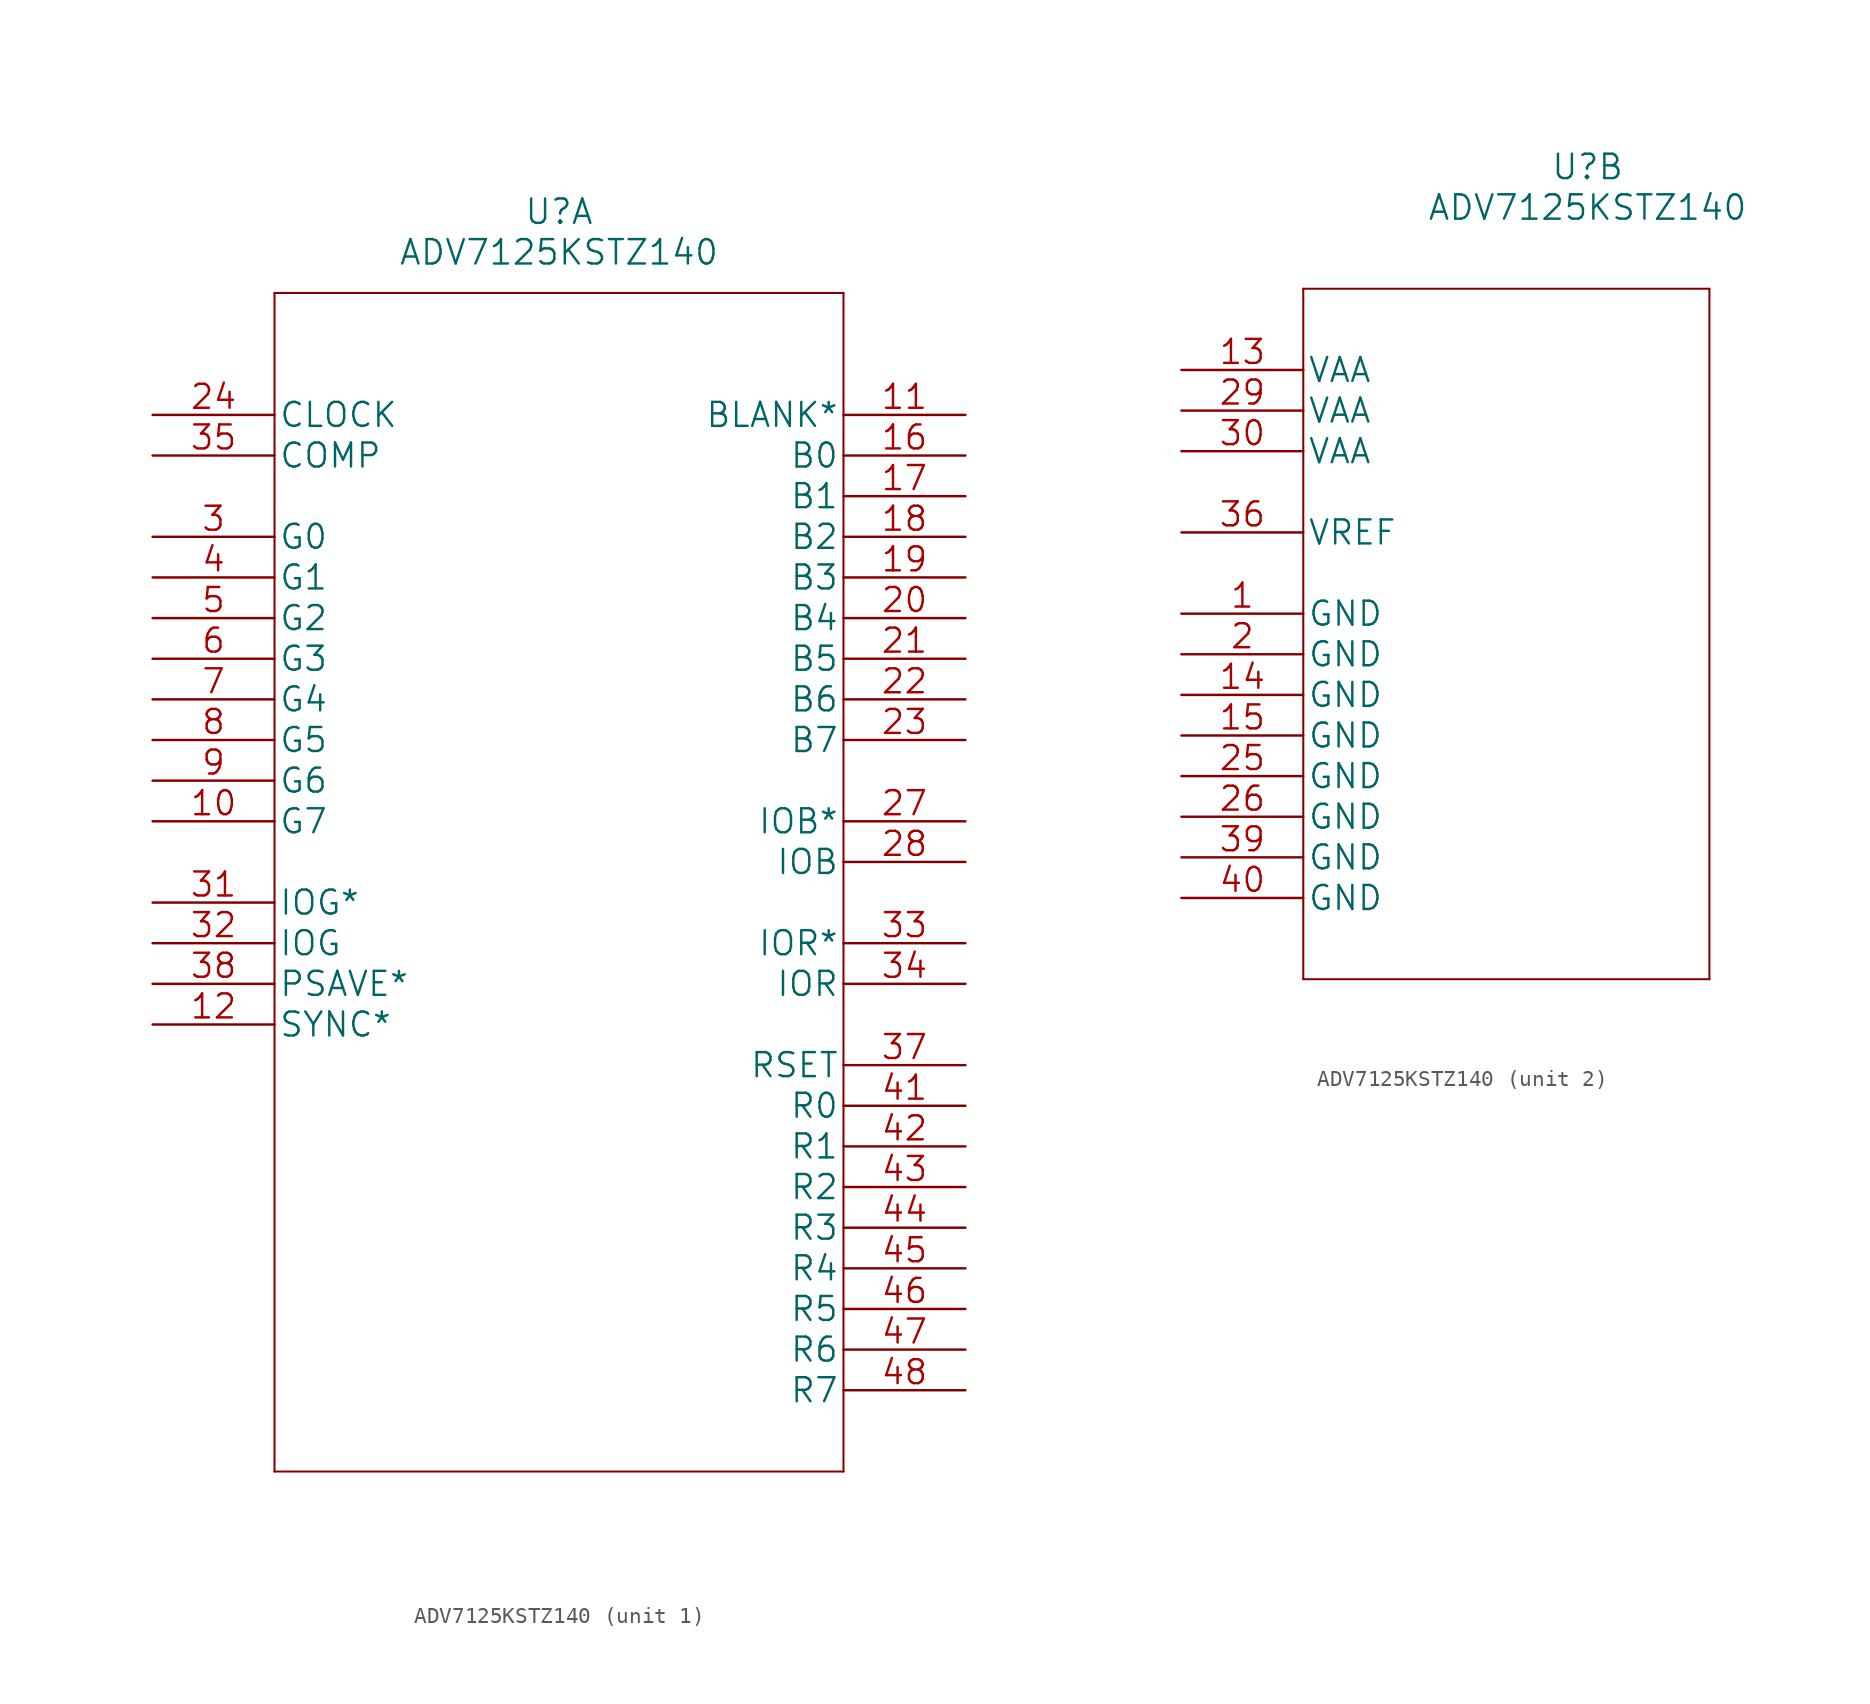
<source format=kicad_sym>
(kicad_symbol_lib
  (version 20211014)
  (generator kicad_symbol_editor)
  (symbol "ADV7125KSTZ140"
    (pin_names
      (offset 0.254))
    (property "Reference" "U"
      (at 25.4 12.7 0)
      (effects (font (size 1.524 1.524))))
    (property "Value" "ADV7125KSTZ140"
      (at 25.4 10.16 0)
      (effects (font (size 1.524 1.524))))
    (property "Datasheet" ""
      (at 0 0 0)
      (effects (font (size 1.524 1.524))))
    (symbol "ADV7125KSTZ140_1_1"
      (polyline (pts (xy 7.62 -66.04) (xy 43.18 -66.04)) (stroke (width 0.127) (type default) (color 0 0 0 0)) (fill (type none)))
      (polyline (pts (xy 7.62 7.62) (xy 7.62 -66.04)) (stroke (width 0.127) (type default) (color 0 0 0 0)) (fill (type none)))
      (polyline (pts (xy 43.18 -66.04) (xy 43.18 7.62)) (stroke (width 0.127) (type default) (color 0 0 0 0)) (fill (type none)))
      (polyline (pts (xy 43.18 7.62) (xy 7.62 7.62)) (stroke (width 0.127) (type default) (color 0 0 0 0)) (fill (type none)))
      (pin input line (at 0 -25.4 0) (length 7.62) (name "G7" (effects (font (size 1.499 1.499)))) (number "10" (effects (font (size 1.499 1.499)))))
      (pin passive line (at 50.8 0 180) (length 7.62) (name "BLANK*" (effects (font (size 1.499 1.499)))) (number "11" (effects (font (size 1.499 1.499)))))
      (pin passive line (at 0 -38.1 0) (length 7.62) (name "SYNC*" (effects (font (size 1.499 1.499)))) (number "12" (effects (font (size 1.499 1.499)))))
      (pin input line (at 50.8 -2.54 180) (length 7.62) (name "B0" (effects (font (size 1.499 1.499)))) (number "16" (effects (font (size 1.499 1.499)))))
      (pin input line (at 50.8 -5.08 180) (length 7.62) (name "B1" (effects (font (size 1.499 1.499)))) (number "17" (effects (font (size 1.499 1.499)))))
      (pin input line (at 50.8 -7.62 180) (length 7.62) (name "B2" (effects (font (size 1.499 1.499)))) (number "18" (effects (font (size 1.499 1.499)))))
      (pin input line (at 50.8 -10.16 180) (length 7.62) (name "B3" (effects (font (size 1.499 1.499)))) (number "19" (effects (font (size 1.499 1.499)))))
      (pin input line (at 50.8 -12.7 180) (length 7.62) (name "B4" (effects (font (size 1.499 1.499)))) (number "20" (effects (font (size 1.499 1.499)))))
      (pin input line (at 50.8 -15.24 180) (length 7.62) (name "B5" (effects (font (size 1.499 1.499)))) (number "21" (effects (font (size 1.499 1.499)))))
      (pin input line (at 50.8 -17.78 180) (length 7.62) (name "B6" (effects (font (size 1.499 1.499)))) (number "22" (effects (font (size 1.499 1.499)))))
      (pin input line (at 50.8 -20.32 180) (length 7.62) (name "B7" (effects (font (size 1.499 1.499)))) (number "23" (effects (font (size 1.499 1.499)))))
      (pin input line (at 0 0 0) (length 7.62) (name "CLOCK" (effects (font (size 1.499 1.499)))) (number "24" (effects (font (size 1.499 1.499)))))
      (pin passive line (at 50.8 -25.4 180) (length 7.62) (name "IOB*" (effects (font (size 1.499 1.499)))) (number "27" (effects (font (size 1.499 1.499)))))
      (pin output line (at 50.8 -27.94 180) (length 7.62) (name "IOB" (effects (font (size 1.499 1.499)))) (number "28" (effects (font (size 1.499 1.499)))))
      (pin input line (at 0 -7.62 0) (length 7.62) (name "G0" (effects (font (size 1.499 1.499)))) (number "3" (effects (font (size 1.499 1.499)))))
      (pin passive line (at 0 -30.48 0) (length 7.62) (name "IOG*" (effects (font (size 1.499 1.499)))) (number "31" (effects (font (size 1.499 1.499)))))
      (pin output line (at 0 -33.02 0) (length 7.62) (name "IOG" (effects (font (size 1.499 1.499)))) (number "32" (effects (font (size 1.499 1.499)))))
      (pin passive line (at 50.8 -33.02 180) (length 7.62) (name "IOR*" (effects (font (size 1.499 1.499)))) (number "33" (effects (font (size 1.499 1.499)))))
      (pin output line (at 50.8 -35.56 180) (length 7.62) (name "IOR" (effects (font (size 1.499 1.499)))) (number "34" (effects (font (size 1.499 1.499)))))
      (pin passive line (at 0 -2.54 0) (length 7.62) (name "COMP" (effects (font (size 1.499 1.499)))) (number "35" (effects (font (size 1.499 1.499)))))
      (pin input line (at 50.8 -40.64 180) (length 7.62) (name "RSET" (effects (font (size 1.499 1.499)))) (number "37" (effects (font (size 1.499 1.499)))))
      (pin passive line (at 0 -35.56 0) (length 7.62) (name "PSAVE*" (effects (font (size 1.499 1.499)))) (number "38" (effects (font (size 1.499 1.499)))))
      (pin input line (at 0 -10.16 0) (length 7.62) (name "G1" (effects (font (size 1.499 1.499)))) (number "4" (effects (font (size 1.499 1.499)))))
      (pin input line (at 50.8 -43.18 180) (length 7.62) (name "R0" (effects (font (size 1.499 1.499)))) (number "41" (effects (font (size 1.499 1.499)))))
      (pin input line (at 50.8 -45.72 180) (length 7.62) (name "R1" (effects (font (size 1.499 1.499)))) (number "42" (effects (font (size 1.499 1.499)))))
      (pin input line (at 50.8 -48.26 180) (length 7.62) (name "R2" (effects (font (size 1.499 1.499)))) (number "43" (effects (font (size 1.499 1.499)))))
      (pin input line (at 50.8 -50.8 180) (length 7.62) (name "R3" (effects (font (size 1.499 1.499)))) (number "44" (effects (font (size 1.499 1.499)))))
      (pin input line (at 50.8 -53.34 180) (length 7.62) (name "R4" (effects (font (size 1.499 1.499)))) (number "45" (effects (font (size 1.499 1.499)))))
      (pin input line (at 50.8 -55.88 180) (length 7.62) (name "R5" (effects (font (size 1.499 1.499)))) (number "46" (effects (font (size 1.499 1.499)))))
      (pin input line (at 50.8 -58.42 180) (length 7.62) (name "R6" (effects (font (size 1.499 1.499)))) (number "47" (effects (font (size 1.499 1.499)))))
      (pin input line (at 50.8 -60.96 180) (length 7.62) (name "R7" (effects (font (size 1.499 1.499)))) (number "48" (effects (font (size 1.499 1.499)))))
      (pin input line (at 0 -12.7 0) (length 7.62) (name "G2" (effects (font (size 1.499 1.499)))) (number "5" (effects (font (size 1.499 1.499)))))
      (pin input line (at 0 -15.24 0) (length 7.62) (name "G3" (effects (font (size 1.499 1.499)))) (number "6" (effects (font (size 1.499 1.499)))))
      (pin input line (at 0 -17.78 0) (length 7.62) (name "G4" (effects (font (size 1.499 1.499)))) (number "7" (effects (font (size 1.499 1.499)))))
      (pin input line (at 0 -20.32 0) (length 7.62) (name "G5" (effects (font (size 1.499 1.499)))) (number "8" (effects (font (size 1.499 1.499)))))
      (pin input line (at 0 -22.86 0) (length 7.62) (name "G6" (effects (font (size 1.499 1.499)))) (number "9" (effects (font (size 1.499 1.499))))))
    (symbol "ADV7125KSTZ140_2_1"
      (polyline (pts (xy 7.62 -38.1) (xy 33.02 -38.1)) (stroke (width 0.127) (type default) (color 0 0 0 0)) (fill (type none)))
      (polyline (pts (xy 7.62 5.08) (xy 7.62 -38.1)) (stroke (width 0.127) (type default) (color 0 0 0 0)) (fill (type none)))
      (polyline (pts (xy 33.02 -38.1) (xy 33.02 5.08)) (stroke (width 0.127) (type default) (color 0 0 0 0)) (fill (type none)))
      (polyline (pts (xy 33.02 5.08) (xy 7.62 5.08)) (stroke (width 0.127) (type default) (color 0 0 0 0)) (fill (type none)))
      (pin passive line (at 0 -15.24 0) (length 7.62) (name "GND" (effects (font (size 1.499 1.499)))) (number "1" (effects (font (size 1.499 1.499)))))
      (pin power_in line (at 0 0 0) (length 7.62) (name "VAA" (effects (font (size 1.499 1.499)))) (number "13" (effects (font (size 1.499 1.499)))))
      (pin passive line (at 0 -20.32 0) (length 7.62) (name "GND" (effects (font (size 1.499 1.499)))) (number "14" (effects (font (size 1.499 1.499)))))
      (pin passive line (at 0 -22.86 0) (length 7.62) (name "GND" (effects (font (size 1.499 1.499)))) (number "15" (effects (font (size 1.499 1.499)))))
      (pin passive line (at 0 -17.78 0) (length 7.62) (name "GND" (effects (font (size 1.499 1.499)))) (number "2" (effects (font (size 1.499 1.499)))))
      (pin passive line (at 0 -25.4 0) (length 7.62) (name "GND" (effects (font (size 1.499 1.499)))) (number "25" (effects (font (size 1.499 1.499)))))
      (pin passive line (at 0 -27.94 0) (length 7.62) (name "GND" (effects (font (size 1.499 1.499)))) (number "26" (effects (font (size 1.499 1.499)))))
      (pin power_in line (at 0 -2.54 0) (length 7.62) (name "VAA" (effects (font (size 1.499 1.499)))) (number "29" (effects (font (size 1.499 1.499)))))
      (pin power_in line (at 0 -5.08 0) (length 7.62) (name "VAA" (effects (font (size 1.499 1.499)))) (number "30" (effects (font (size 1.499 1.499)))))
      (pin input line (at 0 -10.16 0) (length 7.62) (name "VREF" (effects (font (size 1.499 1.499)))) (number "36" (effects (font (size 1.499 1.499)))))
      (pin passive line (at 0 -30.48 0) (length 7.62) (name "GND" (effects (font (size 1.499 1.499)))) (number "39" (effects (font (size 1.499 1.499)))))
      (pin passive line (at 0 -33.02 0) (length 7.62) (name "GND" (effects (font (size 1.499 1.499)))) (number "40" (effects (font (size 1.499 1.499))))))))
</source>
